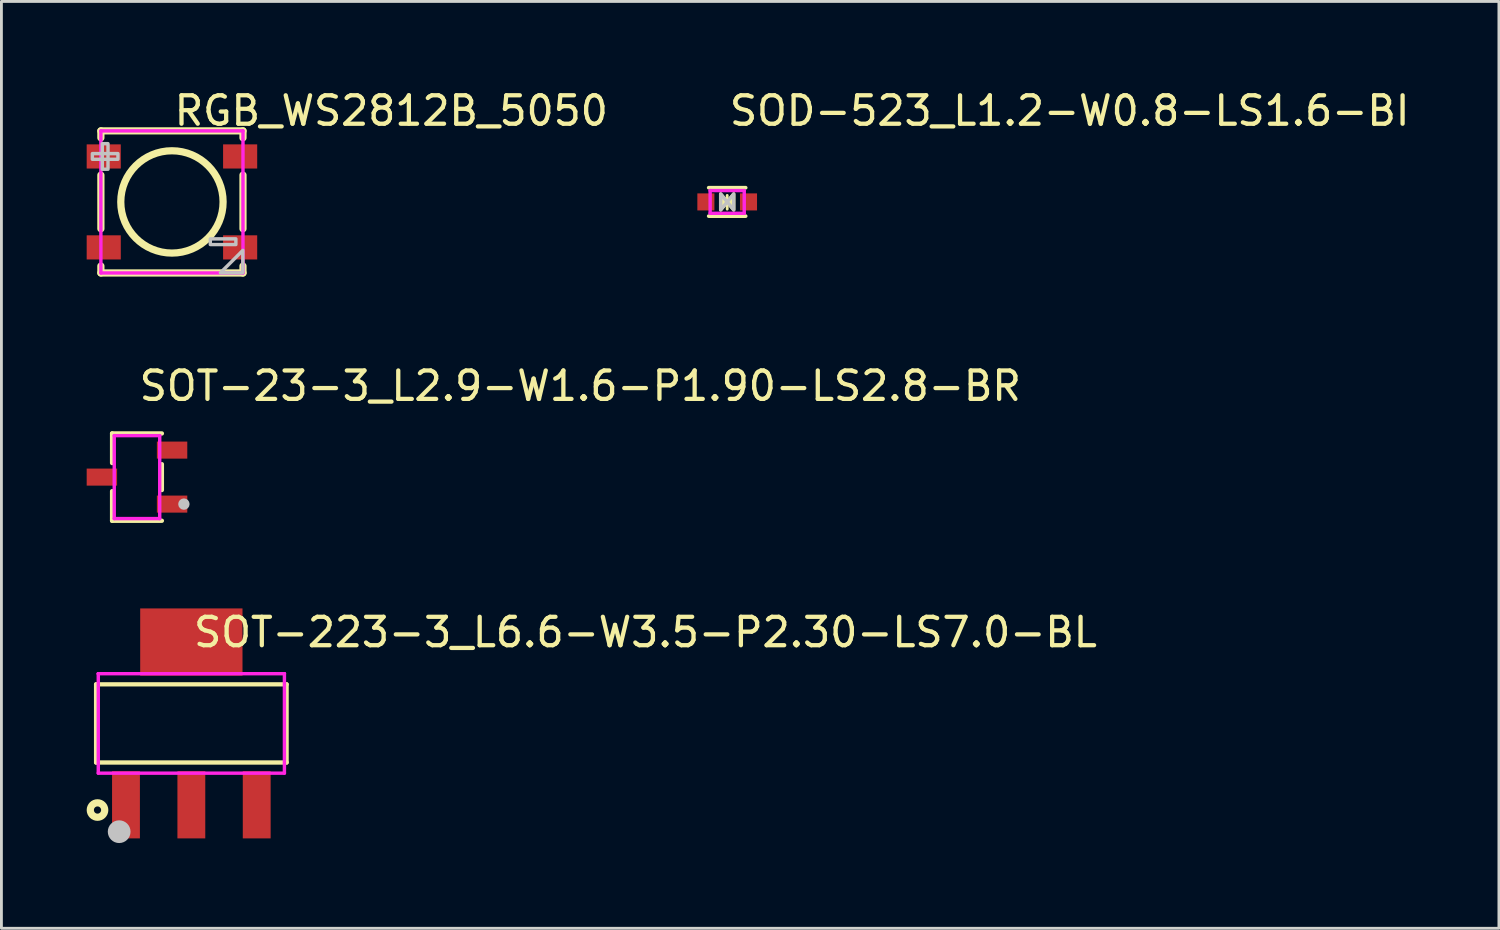
<source format=kicad_pcb>
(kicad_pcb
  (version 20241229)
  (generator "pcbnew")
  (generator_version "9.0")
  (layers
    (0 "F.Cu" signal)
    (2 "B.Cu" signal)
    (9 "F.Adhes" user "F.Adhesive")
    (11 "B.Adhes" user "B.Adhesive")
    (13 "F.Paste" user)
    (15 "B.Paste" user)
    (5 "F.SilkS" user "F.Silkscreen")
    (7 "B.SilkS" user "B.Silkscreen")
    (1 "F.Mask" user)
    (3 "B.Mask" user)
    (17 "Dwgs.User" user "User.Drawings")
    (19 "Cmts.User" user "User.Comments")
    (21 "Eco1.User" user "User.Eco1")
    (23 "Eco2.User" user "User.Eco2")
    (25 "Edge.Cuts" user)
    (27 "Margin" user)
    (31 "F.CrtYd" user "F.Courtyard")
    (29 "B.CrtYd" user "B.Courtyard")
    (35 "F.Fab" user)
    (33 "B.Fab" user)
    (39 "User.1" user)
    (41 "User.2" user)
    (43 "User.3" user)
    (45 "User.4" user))
  (footprint "RGB_WS2812B_5050"
    (layer "F.Cu")
    (at 3 4.055)
    (property "Reference" "RGB_WS2812B_5050" (at 0 -3.207 0) (layer "F.SilkS") (effects (font (size 1 1) (thickness 0.15)) (justify left)))
    (attr through_hole)
    (fp_line (start -2.5 -2.5) (end 2.5 -2.5) (stroke (width 0.254) (type solid)) (layer "F.SilkS"))
    (fp_line (start -2.5 -2.256) (end -2.5 -2.5) (stroke (width 0.254) (type solid)) (layer "F.SilkS"))
    (fp_line (start -2.5 0.944) (end -2.5 -0.944) (stroke (width 0.254) (type solid)) (layer "F.SilkS"))
    (fp_line (start -2.5 2.5) (end -2.5 2.256) (stroke (width 0.254) (type solid)) (layer "F.SilkS"))
    (fp_line (start 2.5 -2.5) (end 2.5 -2.256) (stroke (width 0.254) (type solid)) (layer "F.SilkS"))
    (fp_line (start 2.5 -0.944) (end 2.5 0.944) (stroke (width 0.254) (type solid)) (layer "F.SilkS"))
    (fp_line (start 2.5 2.256) (end 2.5 2.5) (stroke (width 0.254) (type solid)) (layer "F.SilkS"))
    (fp_line (start 2.5 2.5) (end -2.5 2.5) (stroke (width 0.254) (type solid)) (layer "F.SilkS"))
    (fp_circle (center 0 0) (end 1.8 0) (stroke (width 0.254) (type solid)) (fill no) (layer "F.SilkS"))
    (fp_poly (pts (xy -2.8 -1.7) (xy -2.8 -1.5) (xy -1.9 -1.5) (xy -1.9 -1.7)) (stroke (width 0.12) (type solid)) (fill no) (layer "Dwgs.User"))
    (fp_poly (pts (xy -2.45 -1.15) (xy -2.25 -1.15) (xy -2.25 -2.05) (xy -2.45 -2.05)) (stroke (width 0.12) (type solid)) (fill no) (layer "Dwgs.User"))
    (fp_poly (pts (xy 1.35 1.3) (xy 1.35 1.5) (xy 2.25 1.5) (xy 2.25 1.3)) (stroke (width 0.12) (type solid)) (fill no) (layer "Dwgs.User"))
    (fp_poly (pts (xy 1.705 2.495) (xy 2.495 1.705) (xy 2.495 2.486) (xy 2.486 2.495)) (stroke (width 0.12) (type solid)) (fill no) (layer "Dwgs.User"))
    (fp_circle (center -2.698 -2.5) (end -2.668 -2.5) (stroke (width 0.06) (type solid)) (fill no) (layer "Eco2.User"))
    (fp_poly (pts (xy -2.698 -1.2) (xy -2.698 -2) (xy -2.198 -2) (xy -2.198 -1.2)) (stroke (width 0.12) (type solid)) (fill no) (layer "Eco2.User"))
    (fp_poly (pts (xy -2.698 2) (xy -2.698 1.2) (xy -2.198 1.2) (xy -2.198 2)) (stroke (width 0.12) (type solid)) (fill no) (layer "Eco2.User"))
    (fp_poly (pts (xy 2.197 -1.2) (xy 2.197 -2) (xy 2.697 -2) (xy 2.697 -1.2)) (stroke (width 0.12) (type solid)) (fill no) (layer "Eco2.User"))
    (fp_poly (pts (xy 2.197 2) (xy 2.197 1.2) (xy 2.697 1.2) (xy 2.697 2)) (stroke (width 0.12) (type solid)) (fill no) (layer "Eco2.User"))
    (fp_line (start -2.5 -2.5) (end 2.5 -2.5) (stroke (width 0.12) (type solid)) (layer "F.CrtYd"))
    (fp_line (start -2.5 2.5) (end -2.5 -2.5) (stroke (width 0.12) (type solid)) (layer "F.CrtYd"))
    (fp_line (start 2.5 -2.5) (end 2.5 2.5) (stroke (width 0.12) (type solid)) (layer "F.CrtYd"))
    (fp_line (start 2.5 2.5) (end -2.5 2.5) (stroke (width 0.12) (type solid)) (layer "F.CrtYd"))
    (pad "1" smd rect (at -2.4 -1.6) (size 1.2 0.85) (layers "F.Cu" "F.Mask" "F.Paste"))
    (pad "2" smd rect (at -2.4 1.6) (size 1.2 0.85) (layers "F.Cu" "F.Mask" "F.Paste"))
    (pad "3" smd rect (at 2.4 1.6) (size 1.2 0.85) (layers "F.Cu" "F.Mask" "F.Paste"))
    (pad "4" smd rect (at 2.4 -1.6) (size 1.2 0.85) (layers "F.Cu" "F.Mask" "F.Paste")))
  (footprint "SOD-523_L1.2-W0.8-LS1.6-BI"
    (layer "F.Cu")
    (at 22.538 4.055)
    (property "Reference" "SOD-523_L1.2-W0.8-LS1.6-BI" (at 0 -3.207 0) (layer "F.SilkS") (effects (font (size 1 1) (thickness 0.15)) (justify left)))
    (attr through_hole)
    (fp_line (start -0.65 -0.5) (end 0.65 -0.5) (stroke (width 0.13) (type solid)) (layer "F.SilkS"))
    (fp_line (start -0.65 0.5) (end 0.65 0.5) (stroke (width 0.13) (type solid)) (layer "F.SilkS"))
    (fp_line (start 0 -0.229) (end 0 0.254) (stroke (width 0.1) (type solid)) (layer "F.SilkS"))
    (fp_poly (pts (xy 0 0) (xy -0.229 0.279) (xy -0.229 -0.279)) (stroke (width 0.12) (type solid)) (fill yes) (layer "F.SilkS"))
    (fp_poly (pts (xy 0 0) (xy 0.229 -0.279) (xy 0.229 0.279)) (stroke (width 0.12) (type solid)) (fill yes) (layer "F.SilkS"))
    (fp_poly (pts (xy -0.229 -0.279) (xy -0.229 0.279) (xy 0 0)) (stroke (width 0.12) (type solid)) (fill no) (layer "Dwgs.User"))
    (fp_poly (pts (xy 0.229 -0.279) (xy 0.229 0.279) (xy 0 0)) (stroke (width 0.12) (type solid)) (fill no) (layer "Dwgs.User"))
    (fp_circle (center -0.8 0.4) (end -0.77 0.4) (stroke (width 0.06) (type solid)) (fill no) (layer "Eco2.User"))
    (fp_poly (pts (xy -0.8 -0.15) (xy -0.463 -0.15) (xy -0.463 0.15) (xy -0.8 0.15)) (stroke (width 0.12) (type solid)) (fill no) (layer "Eco2.User"))
    (fp_poly (pts (xy 0.8 0.152) (xy 0.463 0.152) (xy 0.463 -0.148) (xy 0.8 -0.148)) (stroke (width 0.12) (type solid)) (fill no) (layer "Eco2.User"))
    (fp_line (start -0.6 -0.4) (end 0.6 -0.4) (stroke (width 0.12) (type solid)) (layer "F.CrtYd"))
    (fp_line (start -0.6 0.4) (end -0.6 -0.4) (stroke (width 0.12) (type solid)) (layer "F.CrtYd"))
    (fp_line (start 0.6 -0.4) (end 0.6 0.4) (stroke (width 0.12) (type solid)) (layer "F.CrtYd"))
    (fp_line (start 0.6 0.4) (end -0.6 0.4) (stroke (width 0.12) (type solid)) (layer "F.CrtYd"))
    (pad "1" smd rect (at -0.75 0) (size 0.6 0.6) (layers "F.Cu" "F.Mask" "F.Paste"))
    (pad "2" smd rect (at 0.75 0 180) (size 0.6 0.6) (layers "F.Cu" "F.Mask" "F.Paste")))
  (footprint "SOT-23-3_L2.9-W1.6-P1.90-LS2.8-BR"
    (layer "F.Cu")
    (at 1.77 13.738)
    (property "Reference" "SOT-23-3_L2.9-W1.6-P1.90-LS2.8-BR" (at 0 -3.207 0) (layer "F.SilkS") (effects (font (size 1 1) (thickness 0.15)) (justify left)))
    (attr through_hole)
    (fp_line (start -0.876 -1.536) (end -0.876 -0.495) (stroke (width 0.152) (type solid)) (layer "F.SilkS"))
    (fp_line (start -0.876 1.536) (end -0.876 0.495) (stroke (width 0.152) (type solid)) (layer "F.SilkS"))
    (fp_line (start 0.876 -1.536) (end -0.876 -1.536) (stroke (width 0.152) (type solid)) (layer "F.SilkS"))
    (fp_line (start 0.876 -0.455) (end 0.876 0.455) (stroke (width 0.152) (type solid)) (layer "F.SilkS"))
    (fp_line (start 0.876 1.536) (end -0.876 1.536) (stroke (width 0.152) (type solid)) (layer "F.SilkS"))
    (fp_circle (center 1.651 0.95) (end 1.751 0.95) (stroke (width 0.2) (type solid)) (fill no) (layer "Dwgs.User"))
    (fp_line (start -0.96 -0.2) (end -0.79 -0.2) (stroke (width 0.12) (type solid)) (layer "Eco2.User"))
    (fp_line (start -0.96 0.2) (end -0.96 -0.2) (stroke (width 0.12) (type solid)) (layer "Eco2.User"))
    (fp_line (start -0.79 -0.2) (end -0.79 0.2) (stroke (width 0.12) (type solid)) (layer "Eco2.User"))
    (fp_line (start -0.79 0.2) (end -0.96 0.2) (stroke (width 0.12) (type solid)) (layer "Eco2.User"))
    (fp_line (start 0.79 -1.15) (end 0.96 -1.15) (stroke (width 0.12) (type solid)) (layer "Eco2.User"))
    (fp_line (start 0.79 -0.75) (end 0.79 -1.15) (stroke (width 0.12) (type solid)) (layer "Eco2.User"))
    (fp_line (start 0.79 0.75) (end 0.96 0.75) (stroke (width 0.12) (type solid)) (layer "Eco2.User"))
    (fp_line (start 0.79 1.15) (end 0.79 0.75) (stroke (width 0.12) (type solid)) (layer "Eco2.User"))
    (fp_line (start 0.96 -1.15) (end 0.96 -0.75) (stroke (width 0.12) (type solid)) (layer "Eco2.User"))
    (fp_line (start 0.96 -0.75) (end 0.79 -0.75) (stroke (width 0.12) (type solid)) (layer "Eco2.User"))
    (fp_line (start 0.96 0.75) (end 0.96 1.15) (stroke (width 0.12) (type solid)) (layer "Eco2.User"))
    (fp_line (start 0.96 1.15) (end 0.79 1.15) (stroke (width 0.12) (type solid)) (layer "Eco2.User"))
    (fp_circle (center 1.4 1.46) (end 1.43 1.46) (stroke (width 0.06) (type solid)) (fill no) (layer "Eco2.User"))
    (fp_poly (pts (xy -0.95 0.2) (xy -0.95 -0.2) (xy -1.4 -0.2) (xy -1.4 0.2)) (stroke (width 0.12) (type solid)) (fill no) (layer "Eco2.User"))
    (fp_poly (pts (xy 0.95 -0.75) (xy 0.95 -1.15) (xy 1.4 -1.15) (xy 1.4 -0.75)) (stroke (width 0.12) (type solid)) (fill no) (layer "Eco2.User"))
    (fp_poly (pts (xy 0.95 1.15) (xy 0.95 0.75) (xy 1.4 0.75) (xy 1.4 1.15)) (stroke (width 0.12) (type solid)) (fill no) (layer "Eco2.User"))
    (fp_line (start -0.8 -1.46) (end 0.8 -1.46) (stroke (width 0.12) (type solid)) (layer "F.CrtYd"))
    (fp_line (start -0.8 1.46) (end -0.8 -1.46) (stroke (width 0.12) (type solid)) (layer "F.CrtYd"))
    (fp_line (start 0.8 -1.46) (end 0.8 1.46) (stroke (width 0.12) (type solid)) (layer "F.CrtYd"))
    (fp_line (start 0.8 1.46) (end -0.8 1.46) (stroke (width 0.12) (type solid)) (layer "F.CrtYd"))
    (pad "1" smd rect (at 1.235 0.95) (size 1.07 0.6) (layers "F.Cu" "F.Mask" "F.Paste"))
    (pad "2" smd rect (at 1.235 -0.95) (size 1.07 0.6) (layers "F.Cu" "F.Mask" "F.Paste"))
    (pad "3" smd rect (at -1.235 0) (size 1.07 0.6) (layers "F.Cu" "F.Mask" "F.Paste")))
  (footprint "SOT-223-3_L6.6-W3.5-P2.30-LS7.0-BL"
    (layer "F.Cu")
    (at 3.683 22.405)
    (property "Reference" "SOT-223-3_L6.6-W3.5-P2.30-LS7.0-BL" (at 0 -3.207 0) (layer "F.SilkS") (effects (font (size 1 1) (thickness 0.15)) (justify left)))
    (attr through_hole)
    (fp_line (start -3.351 -1.375) (end 3.351 -1.375) (stroke (width 0.152) (type solid)) (layer "F.SilkS"))
    (fp_line (start -3.351 1.375) (end -3.351 -1.375) (stroke (width 0.152) (type solid)) (layer "F.SilkS"))
    (fp_line (start 3.351 -1.375) (end 3.351 1.375) (stroke (width 0.152) (type solid)) (layer "F.SilkS"))
    (fp_line (start 3.351 1.375) (end -3.351 1.375) (stroke (width 0.152) (type solid)) (layer "F.SilkS"))
    (fp_circle (center -3.302 3.048) (end -3.048 3.048) (stroke (width 0.254) (type solid)) (fill no) (layer "F.SilkS"))
    (fp_circle (center -2.54 3.81) (end -2.34 3.81) (stroke (width 0.4) (type solid)) (fill no) (layer "Dwgs.User"))
    (fp_line (start -2.65 1.74) (end -2.65 1.74) (stroke (width 0.12) (type solid)) (layer "Eco2.User"))
    (fp_line (start -2.65 1.74) (end -2.65 2.6) (stroke (width 0.12) (type solid)) (layer "Eco2.User"))
    (fp_line (start -2.65 2.6) (end -1.95 2.6) (stroke (width 0.12) (type solid)) (layer "Eco2.User"))
    (fp_line (start -1.95 1.74) (end -2.65 1.74) (stroke (width 0.12) (type solid)) (layer "Eco2.User"))
    (fp_line (start -1.95 1.74) (end -1.95 1.74) (stroke (width 0.12) (type solid)) (layer "Eco2.User"))
    (fp_line (start -1.95 2.6) (end -1.95 1.74) (stroke (width 0.12) (type solid)) (layer "Eco2.User"))
    (fp_line (start -1.5 -2.6) (end 1.5 -2.6) (stroke (width 0.12) (type solid)) (layer "Eco2.User"))
    (fp_line (start -1.5 -1.74) (end -1.5 -2.6) (stroke (width 0.12) (type solid)) (layer "Eco2.User"))
    (fp_line (start -1.5 -1.74) (end -1.5 -1.74) (stroke (width 0.12) (type solid)) (layer "Eco2.User"))
    (fp_line (start -0.35 1.74) (end -0.35 1.74) (stroke (width 0.12) (type solid)) (layer "Eco2.User"))
    (fp_line (start -0.35 1.74) (end -0.35 2.6) (stroke (width 0.12) (type solid)) (layer "Eco2.User"))
    (fp_line (start -0.35 2.6) (end 0.35 2.6) (stroke (width 0.12) (type solid)) (layer "Eco2.User"))
    (fp_line (start 0.35 1.74) (end -0.35 1.74) (stroke (width 0.12) (type solid)) (layer "Eco2.User"))
    (fp_line (start 0.35 1.74) (end 0.35 1.74) (stroke (width 0.12) (type solid)) (layer "Eco2.User"))
    (fp_line (start 0.35 2.6) (end 0.35 1.74) (stroke (width 0.12) (type solid)) (layer "Eco2.User"))
    (fp_line (start 1.5 -2.6) (end 1.5 -1.74) (stroke (width 0.12) (type solid)) (layer "Eco2.User"))
    (fp_line (start 1.5 -1.74) (end -1.5 -1.74) (stroke (width 0.12) (type solid)) (layer "Eco2.User"))
    (fp_line (start 1.5 -1.74) (end 1.5 -1.74) (stroke (width 0.12) (type solid)) (layer "Eco2.User"))
    (fp_line (start 1.95 1.74) (end 1.95 1.74) (stroke (width 0.12) (type solid)) (layer "Eco2.User"))
    (fp_line (start 1.95 1.74) (end 1.95 2.6) (stroke (width 0.12) (type solid)) (layer "Eco2.User"))
    (fp_line (start 1.95 2.6) (end 2.65 2.6) (stroke (width 0.12) (type solid)) (layer "Eco2.User"))
    (fp_line (start 2.65 1.74) (end 1.95 1.74) (stroke (width 0.12) (type solid)) (layer "Eco2.User"))
    (fp_line (start 2.65 1.74) (end 2.65 1.74) (stroke (width 0.12) (type solid)) (layer "Eco2.User"))
    (fp_line (start 2.65 2.6) (end 2.65 1.74) (stroke (width 0.12) (type solid)) (layer "Eco2.User"))
    (fp_circle (center -3.275 3.5) (end -3.245 3.5) (stroke (width 0.06) (type solid)) (fill no) (layer "Eco2.User"))
    (fp_poly (pts (xy -1.95 3.5) (xy -1.95 2.59) (xy -2.65 2.59) (xy -2.65 3.5)) (stroke (width 0.12) (type solid)) (fill no) (layer "Eco2.User"))
    (fp_poly (pts (xy 0.35 3.5) (xy 0.35 2.59) (xy -0.35 2.59) (xy -0.35 3.5)) (stroke (width 0.12) (type solid)) (fill no) (layer "Eco2.User"))
    (fp_poly (pts (xy 1.5 -3.5) (xy 1.5 -2.59) (xy -1.5 -2.59) (xy -1.5 -3.5)) (stroke (width 0.12) (type solid)) (fill no) (layer "Eco2.User"))
    (fp_poly (pts (xy 2.65 3.5) (xy 2.65 2.59) (xy 1.95 2.59) (xy 1.95 3.5)) (stroke (width 0.12) (type solid)) (fill no) (layer "Eco2.User"))
    (fp_line (start -3.275 -1.75) (end -3.275 -1.75) (stroke (width 0.12) (type solid)) (layer "F.CrtYd"))
    (fp_line (start -3.275 -1.75) (end -3.275 1.75) (stroke (width 0.12) (type solid)) (layer "F.CrtYd"))
    (fp_line (start -3.275 1.75) (end 3.275 1.75) (stroke (width 0.12) (type solid)) (layer "F.CrtYd"))
    (fp_line (start 3.275 -1.75) (end -3.275 -1.75) (stroke (width 0.12) (type solid)) (layer "F.CrtYd"))
    (fp_line (start 3.275 -1.75) (end 3.275 -1.75) (stroke (width 0.12) (type solid)) (layer "F.CrtYd"))
    (fp_line (start 3.275 1.75) (end 3.275 -1.75) (stroke (width 0.12) (type solid)) (layer "F.CrtYd"))
    (pad "1" smd rect (at -2.3 2.863 90) (size 2.366 0.98) (layers "F.Cu" "F.Mask" "F.Paste"))
    (pad "2" smd rect (at 0 2.863 90) (size 2.366 0.98) (layers "F.Cu" "F.Mask" "F.Paste"))
    (pad "3" smd rect (at 2.3 2.863 90) (size 2.366 0.98) (layers "F.Cu" "F.Mask" "F.Paste"))
    (pad "4" smd rect (at 0 -2.863 90) (size 2.366 3.6) (layers "F.Cu" "F.Mask" "F.Paste")))
  (gr_rect
    (start -3 -3)
    (end 49.693 29.615)
    (stroke (width 0.1) (type default))
    (fill no)
    (layer "Edge.Cuts")))
</source>
